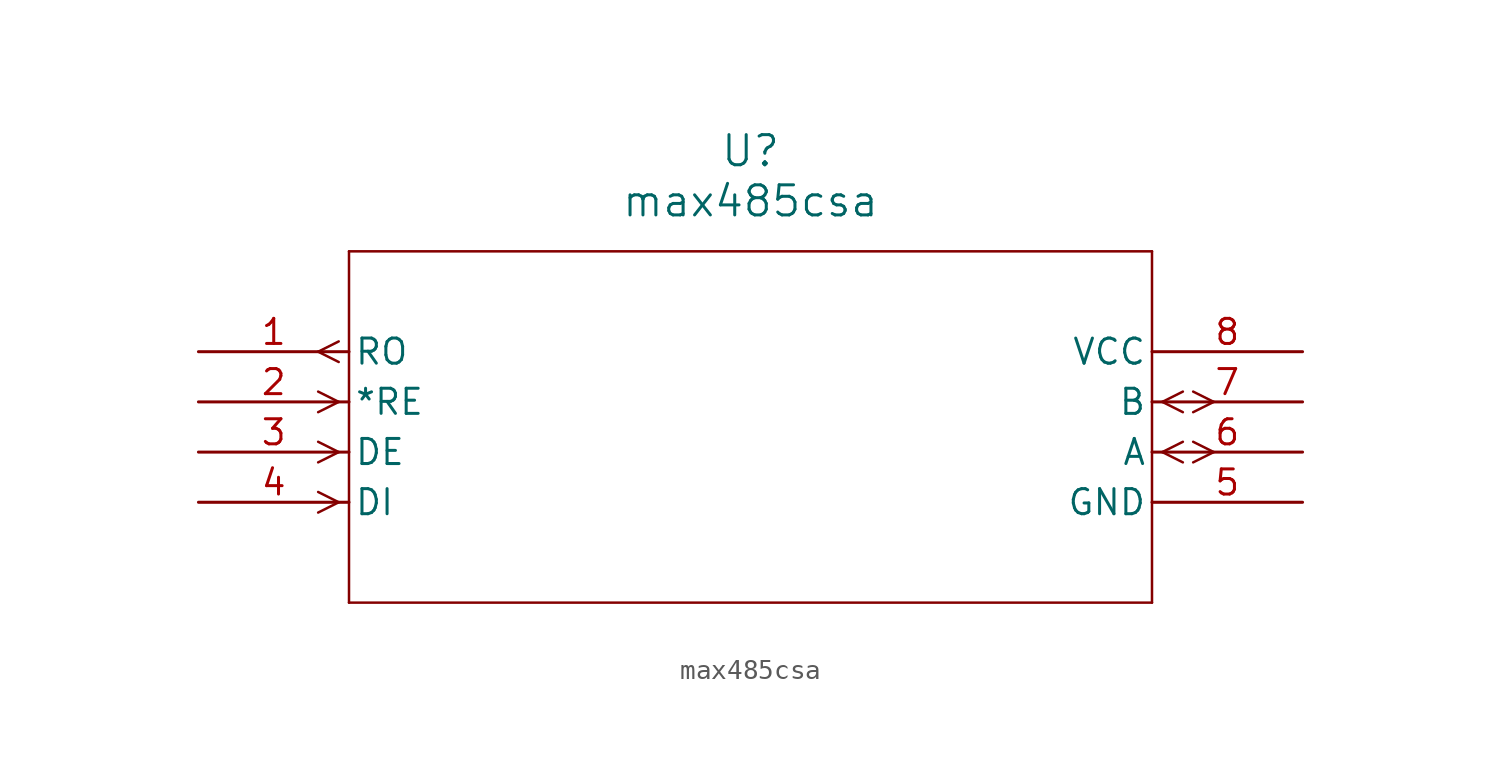
<source format=kicad_sym>
(kicad_symbol_lib
  (version 20211014)
  (generator kicad_symbol_editor)
  (symbol "max485csa"
    (pin_names
      (offset 0.254))
    (property "Reference" "U"
      (at 27.94 10.16 0)
      (effects (font (size 1.524 1.524))))
    (property "Value" "max485csa"
      (at 27.94 7.62 0)
      (effects (font (size 1.524 1.524))))
    (symbol "max485csa_0_1"
      (polyline (pts (xy 7.099 0.521) (xy 6.058 0)) (stroke (width 0.127) (type default) (color 0 0 0 0)) (fill (type none)))
      (polyline (pts (xy 7.099 -0.521) (xy 6.058 0)) (stroke (width 0.127) (type default) (color 0 0 0 0)) (fill (type none)))
      (polyline (pts (xy 7.099 -2.54) (xy 6.058 -2.019)) (stroke (width 0.127) (type default) (color 0 0 0 0)) (fill (type none)))
      (polyline (pts (xy 7.099 -2.54) (xy 6.058 -3.061)) (stroke (width 0.127) (type default) (color 0 0 0 0)) (fill (type none)))
      (polyline (pts (xy 7.099 -5.08) (xy 6.058 -4.559)) (stroke (width 0.127) (type default) (color 0 0 0 0)) (fill (type none)))
      (polyline (pts (xy 7.099 -5.08) (xy 6.058 -5.601)) (stroke (width 0.127) (type default) (color 0 0 0 0)) (fill (type none)))
      (polyline (pts (xy 7.099 -7.62) (xy 6.058 -7.099)) (stroke (width 0.127) (type default) (color 0 0 0 0)) (fill (type none)))
      (polyline (pts (xy 7.099 -7.62) (xy 6.058 -8.141)) (stroke (width 0.127) (type default) (color 0 0 0 0)) (fill (type none)))
      (polyline (pts (xy 48.781 -5.08) (xy 49.822 -4.559)) (stroke (width 0.127) (type default) (color 0 0 0 0)) (fill (type none)))
      (polyline (pts (xy 48.781 -5.08) (xy 49.822 -5.601)) (stroke (width 0.127) (type default) (color 0 0 0 0)) (fill (type none)))
      (polyline (pts (xy 50.343 -4.559) (xy 51.384 -5.08)) (stroke (width 0.127) (type default) (color 0 0 0 0)) (fill (type none)))
      (polyline (pts (xy 50.343 -5.601) (xy 51.384 -5.08)) (stroke (width 0.127) (type default) (color 0 0 0 0)) (fill (type none)))
      (polyline (pts (xy 48.781 -2.54) (xy 49.822 -2.019)) (stroke (width 0.127) (type default) (color 0 0 0 0)) (fill (type none)))
      (polyline (pts (xy 48.781 -2.54) (xy 49.822 -3.061)) (stroke (width 0.127) (type default) (color 0 0 0 0)) (fill (type none)))
      (polyline (pts (xy 50.343 -2.019) (xy 51.384 -2.54)) (stroke (width 0.127) (type default) (color 0 0 0 0)) (fill (type none)))
      (polyline (pts (xy 50.343 -3.061) (xy 51.384 -2.54)) (stroke (width 0.127) (type default) (color 0 0 0 0)) (fill (type none)))
      (polyline (pts (xy 7.62 5.08) (xy 7.62 -12.7)) (stroke (width 0.127) (type default) (color 0 0 0 0)) (fill (type none)))
      (polyline (pts (xy 7.62 -12.7) (xy 48.26 -12.7)) (stroke (width 0.127) (type default) (color 0 0 0 0)) (fill (type none)))
      (polyline (pts (xy 48.26 -12.7) (xy 48.26 5.08)) (stroke (width 0.127) (type default) (color 0 0 0 0)) (fill (type none)))
      (polyline (pts (xy 48.26 5.08) (xy 7.62 5.08)) (stroke (width 0.127) (type default) (color 0 0 0 0)) (fill (type none)))
      (pin output line (at 0 0 0) (length 7.62) (name "RO" (effects (font (size 1.27 1.27)))) (number "1" (effects (font (size 1.27 1.27)))))
      (pin input line (at 0 -2.54 0) (length 7.62) (name "*RE" (effects (font (size 1.27 1.27)))) (number "2" (effects (font (size 1.27 1.27)))))
      (pin input line (at 0 -5.08 0) (length 7.62) (name "DE" (effects (font (size 1.27 1.27)))) (number "3" (effects (font (size 1.27 1.27)))))
      (pin input line (at 0 -7.62 0) (length 7.62) (name "DI" (effects (font (size 1.27 1.27)))) (number "4" (effects (font (size 1.27 1.27)))))
      (pin power_in line (at 55.88 -7.62 180) (length 7.62) (name "GND" (effects (font (size 1.27 1.27)))) (number "5" (effects (font (size 1.27 1.27)))))
      (pin bidirectional line (at 55.88 -5.08 180) (length 7.62) (name "A" (effects (font (size 1.27 1.27)))) (number "6" (effects (font (size 1.27 1.27)))))
      (pin bidirectional line (at 55.88 -2.54 180) (length 7.62) (name "B" (effects (font (size 1.27 1.27)))) (number "7" (effects (font (size 1.27 1.27)))))
      (pin power_in line (at 55.88 0 180) (length 7.62) (name "VCC" (effects (font (size 1.27 1.27)))) (number "8" (effects (font (size 1.27 1.27))))))))
</source>
